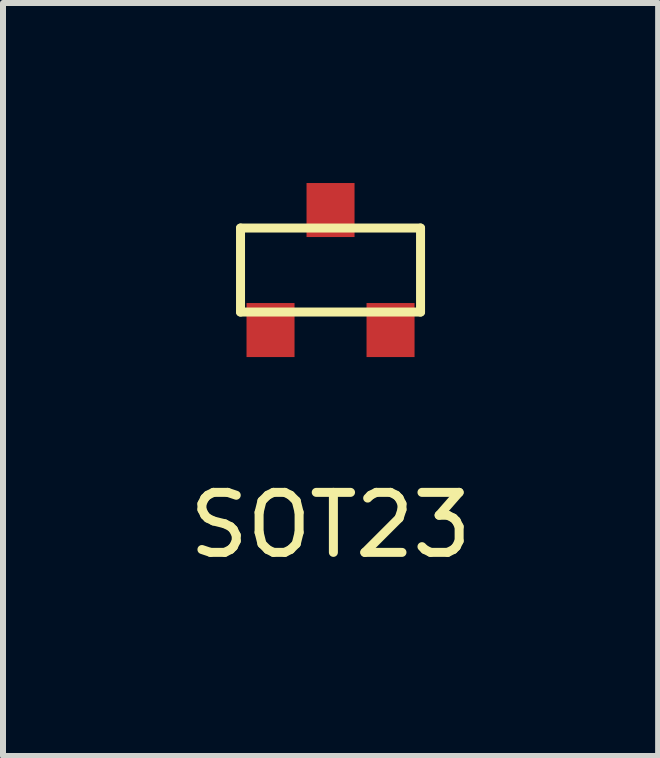
<source format=kicad_pcb>
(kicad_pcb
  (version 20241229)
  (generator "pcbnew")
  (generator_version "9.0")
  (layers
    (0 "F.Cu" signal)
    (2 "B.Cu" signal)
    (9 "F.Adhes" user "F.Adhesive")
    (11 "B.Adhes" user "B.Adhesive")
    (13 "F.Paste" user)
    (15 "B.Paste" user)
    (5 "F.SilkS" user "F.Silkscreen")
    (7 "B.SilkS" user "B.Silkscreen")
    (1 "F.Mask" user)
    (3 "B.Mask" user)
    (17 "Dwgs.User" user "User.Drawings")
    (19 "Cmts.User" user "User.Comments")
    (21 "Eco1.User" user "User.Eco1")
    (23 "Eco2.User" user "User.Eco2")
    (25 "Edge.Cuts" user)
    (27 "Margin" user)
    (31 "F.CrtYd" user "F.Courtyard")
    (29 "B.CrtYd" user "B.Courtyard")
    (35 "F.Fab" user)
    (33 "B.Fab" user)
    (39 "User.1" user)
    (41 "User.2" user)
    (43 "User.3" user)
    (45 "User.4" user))
  (footprint "SOT23"
    (layer "F.Cu")
    (at 2.458 1.45)
    (property "Reference" "SOT23" (at 0 4.25 0) (layer "F.SilkS") (effects (font (size 1 1) (thickness 0.15))))
    (attr through_hole)
    (fp_line (start -1.5 -0.7) (end 1.5 -0.7) (stroke (width 0.15) (type solid)) (layer "F.SilkS"))
    (fp_line (start -1.5 0.7) (end -1.5 -0.7) (stroke (width 0.15) (type solid)) (layer "F.SilkS"))
    (fp_line (start 1.5 -0.7) (end 1.5 0.7) (stroke (width 0.15) (type solid)) (layer "F.SilkS"))
    (fp_line (start 1.5 0.7) (end -1.5 0.7) (stroke (width 0.15) (type solid)) (layer "F.SilkS"))
    (pad "1" smd rect (at -1 1) (size 0.8 0.9) (layers "F.Cu" "F.Mask" "F.Paste"))
    (pad "2" smd rect (at 1 1) (size 0.8 0.9) (layers "F.Cu" "F.Mask" "F.Paste"))
    (pad "3" smd rect (at 0 -1) (size 0.8 0.9) (layers "F.Cu" "F.Mask" "F.Paste")))
  (gr_rect
    (start -3 -3)
    (end 7.917 9.548)
    (stroke (width 0.1) (type default))
    (fill no)
    (layer "Edge.Cuts")))
</source>
